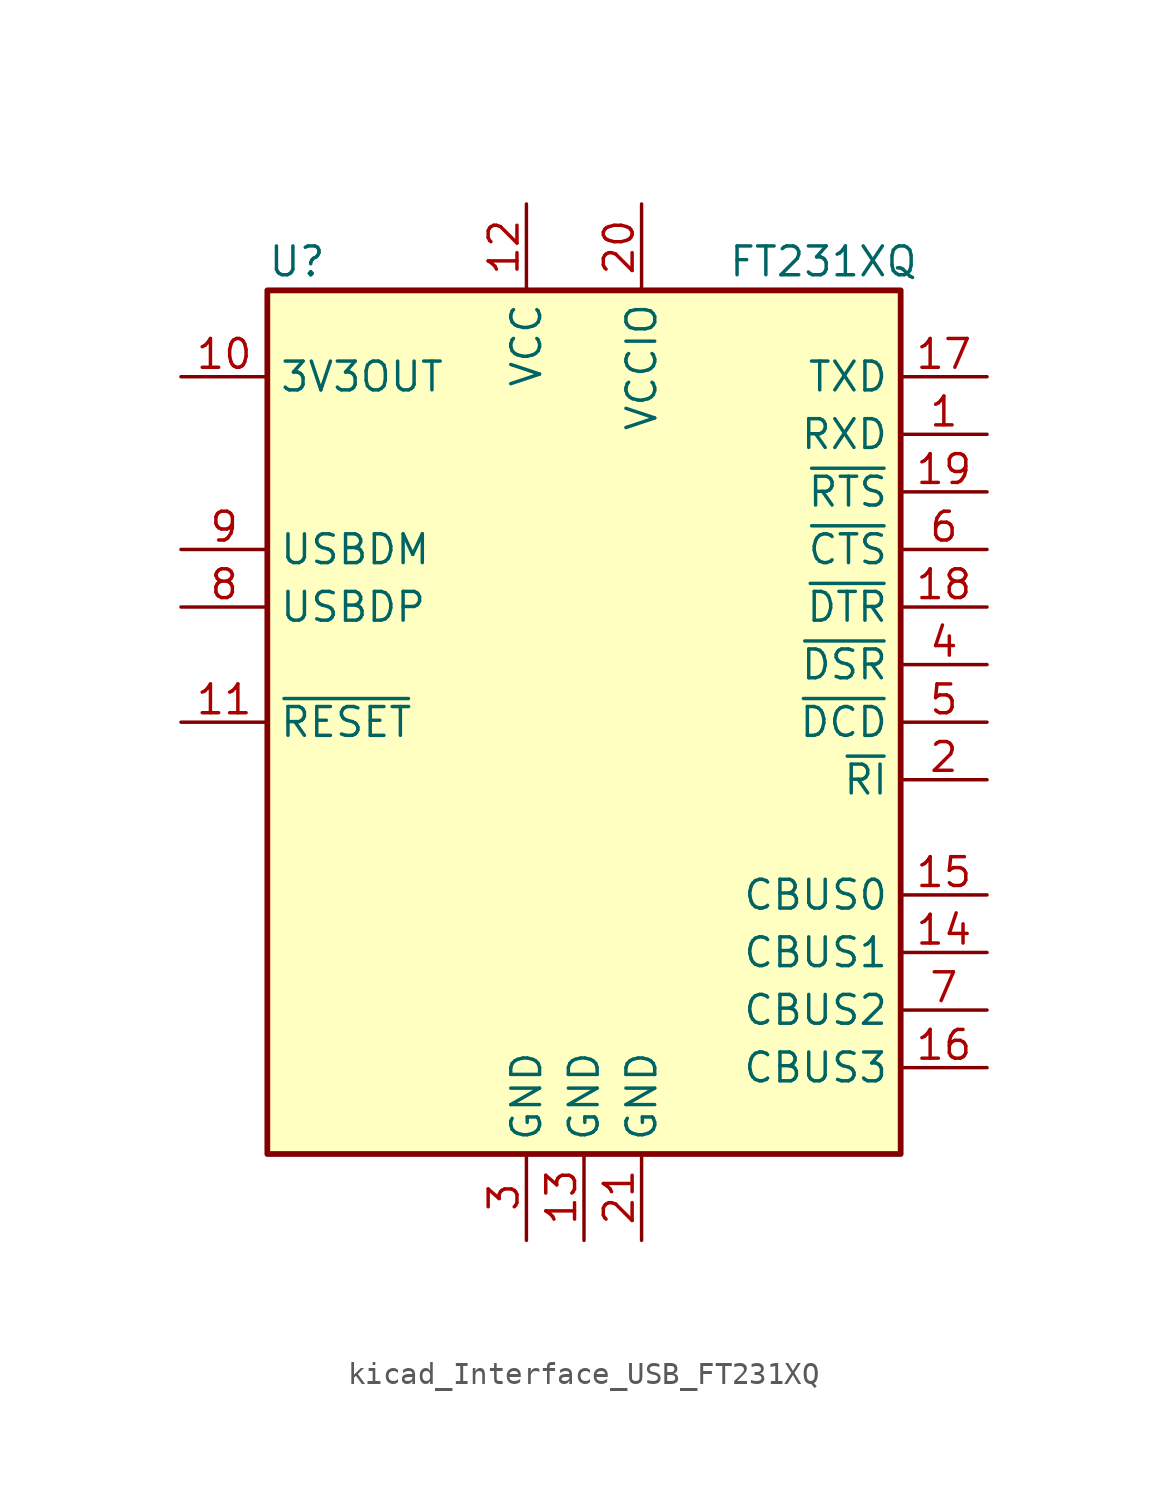
<source format=kicad_sym>
(kicad_symbol_lib
  (version 20220914)
  (generator kicad_symbol_editor)
  (symbol "kicad_Interface_USB_FT231XQ"
    (property "Reference" "U"
      (at -13.97 20.32 0)
      (effects (font (size 1.27 1.27)) (justify left)))
    (property "Value" "FT231XQ"
      (at 6.35 20.32 0)
      (effects (font (size 1.27 1.27)) (justify left)))
    (symbol "kicad_Interface_USB_FT231XQ_0_1"
      (rectangle (start -13.97 19.05) (end 13.97 -19.05) (stroke (width 0.254) (type default)) (fill (type background))))
    (symbol "kicad_Interface_USB_FT231XQ_1_1"
      (pin input line (at 17.78 12.7 180) (length 3.81) (name "RXD" (effects (font (size 1.27 1.27)))) (number "1" (effects (font (size 1.27 1.27)))))
      (pin power_out line (at -17.78 15.24 0) (length 3.81) (name "3V3OUT" (effects (font (size 1.27 1.27)))) (number "10" (effects (font (size 1.27 1.27)))))
      (pin input line (at -17.78 0 0) (length 3.81) (name "~{RESET}" (effects (font (size 1.27 1.27)))) (number "11" (effects (font (size 1.27 1.27)))))
      (pin power_in line (at -2.54 22.86 270) (length 3.81) (name "VCC" (effects (font (size 1.27 1.27)))) (number "12" (effects (font (size 1.27 1.27)))))
      (pin power_in line (at 0 -22.86 90) (length 3.81) (name "GND" (effects (font (size 1.27 1.27)))) (number "13" (effects (font (size 1.27 1.27)))))
      (pin bidirectional line (at 17.78 -10.16 180) (length 3.81) (name "CBUS1" (effects (font (size 1.27 1.27)))) (number "14" (effects (font (size 1.27 1.27)))))
      (pin bidirectional line (at 17.78 -7.62 180) (length 3.81) (name "CBUS0" (effects (font (size 1.27 1.27)))) (number "15" (effects (font (size 1.27 1.27)))))
      (pin bidirectional line (at 17.78 -15.24 180) (length 3.81) (name "CBUS3" (effects (font (size 1.27 1.27)))) (number "16" (effects (font (size 1.27 1.27)))))
      (pin output line (at 17.78 15.24 180) (length 3.81) (name "TXD" (effects (font (size 1.27 1.27)))) (number "17" (effects (font (size 1.27 1.27)))))
      (pin output line (at 17.78 5.08 180) (length 3.81) (name "~{DTR}" (effects (font (size 1.27 1.27)))) (number "18" (effects (font (size 1.27 1.27)))))
      (pin output line (at 17.78 10.16 180) (length 3.81) (name "~{RTS}" (effects (font (size 1.27 1.27)))) (number "19" (effects (font (size 1.27 1.27)))))
      (pin input line (at 17.78 -2.54 180) (length 3.81) (name "~{RI}" (effects (font (size 1.27 1.27)))) (number "2" (effects (font (size 1.27 1.27)))))
      (pin power_in line (at 2.54 22.86 270) (length 3.81) (name "VCCIO" (effects (font (size 1.27 1.27)))) (number "20" (effects (font (size 1.27 1.27)))))
      (pin power_in line (at 2.54 -22.86 90) (length 3.81) (name "GND" (effects (font (size 1.27 1.27)))) (number "21" (effects (font (size 1.27 1.27)))))
      (pin power_in line (at -2.54 -22.86 90) (length 3.81) (name "GND" (effects (font (size 1.27 1.27)))) (number "3" (effects (font (size 1.27 1.27)))))
      (pin input line (at 17.78 2.54 180) (length 3.81) (name "~{DSR}" (effects (font (size 1.27 1.27)))) (number "4" (effects (font (size 1.27 1.27)))))
      (pin input line (at 17.78 0 180) (length 3.81) (name "~{DCD}" (effects (font (size 1.27 1.27)))) (number "5" (effects (font (size 1.27 1.27)))))
      (pin input line (at 17.78 7.62 180) (length 3.81) (name "~{CTS}" (effects (font (size 1.27 1.27)))) (number "6" (effects (font (size 1.27 1.27)))))
      (pin bidirectional line (at 17.78 -12.7 180) (length 3.81) (name "CBUS2" (effects (font (size 1.27 1.27)))) (number "7" (effects (font (size 1.27 1.27)))))
      (pin bidirectional line (at -17.78 5.08 0) (length 3.81) (name "USBDP" (effects (font (size 1.27 1.27)))) (number "8" (effects (font (size 1.27 1.27)))))
      (pin bidirectional line (at -17.78 7.62 0) (length 3.81) (name "USBDM" (effects (font (size 1.27 1.27)))) (number "9" (effects (font (size 1.27 1.27))))))))
</source>
